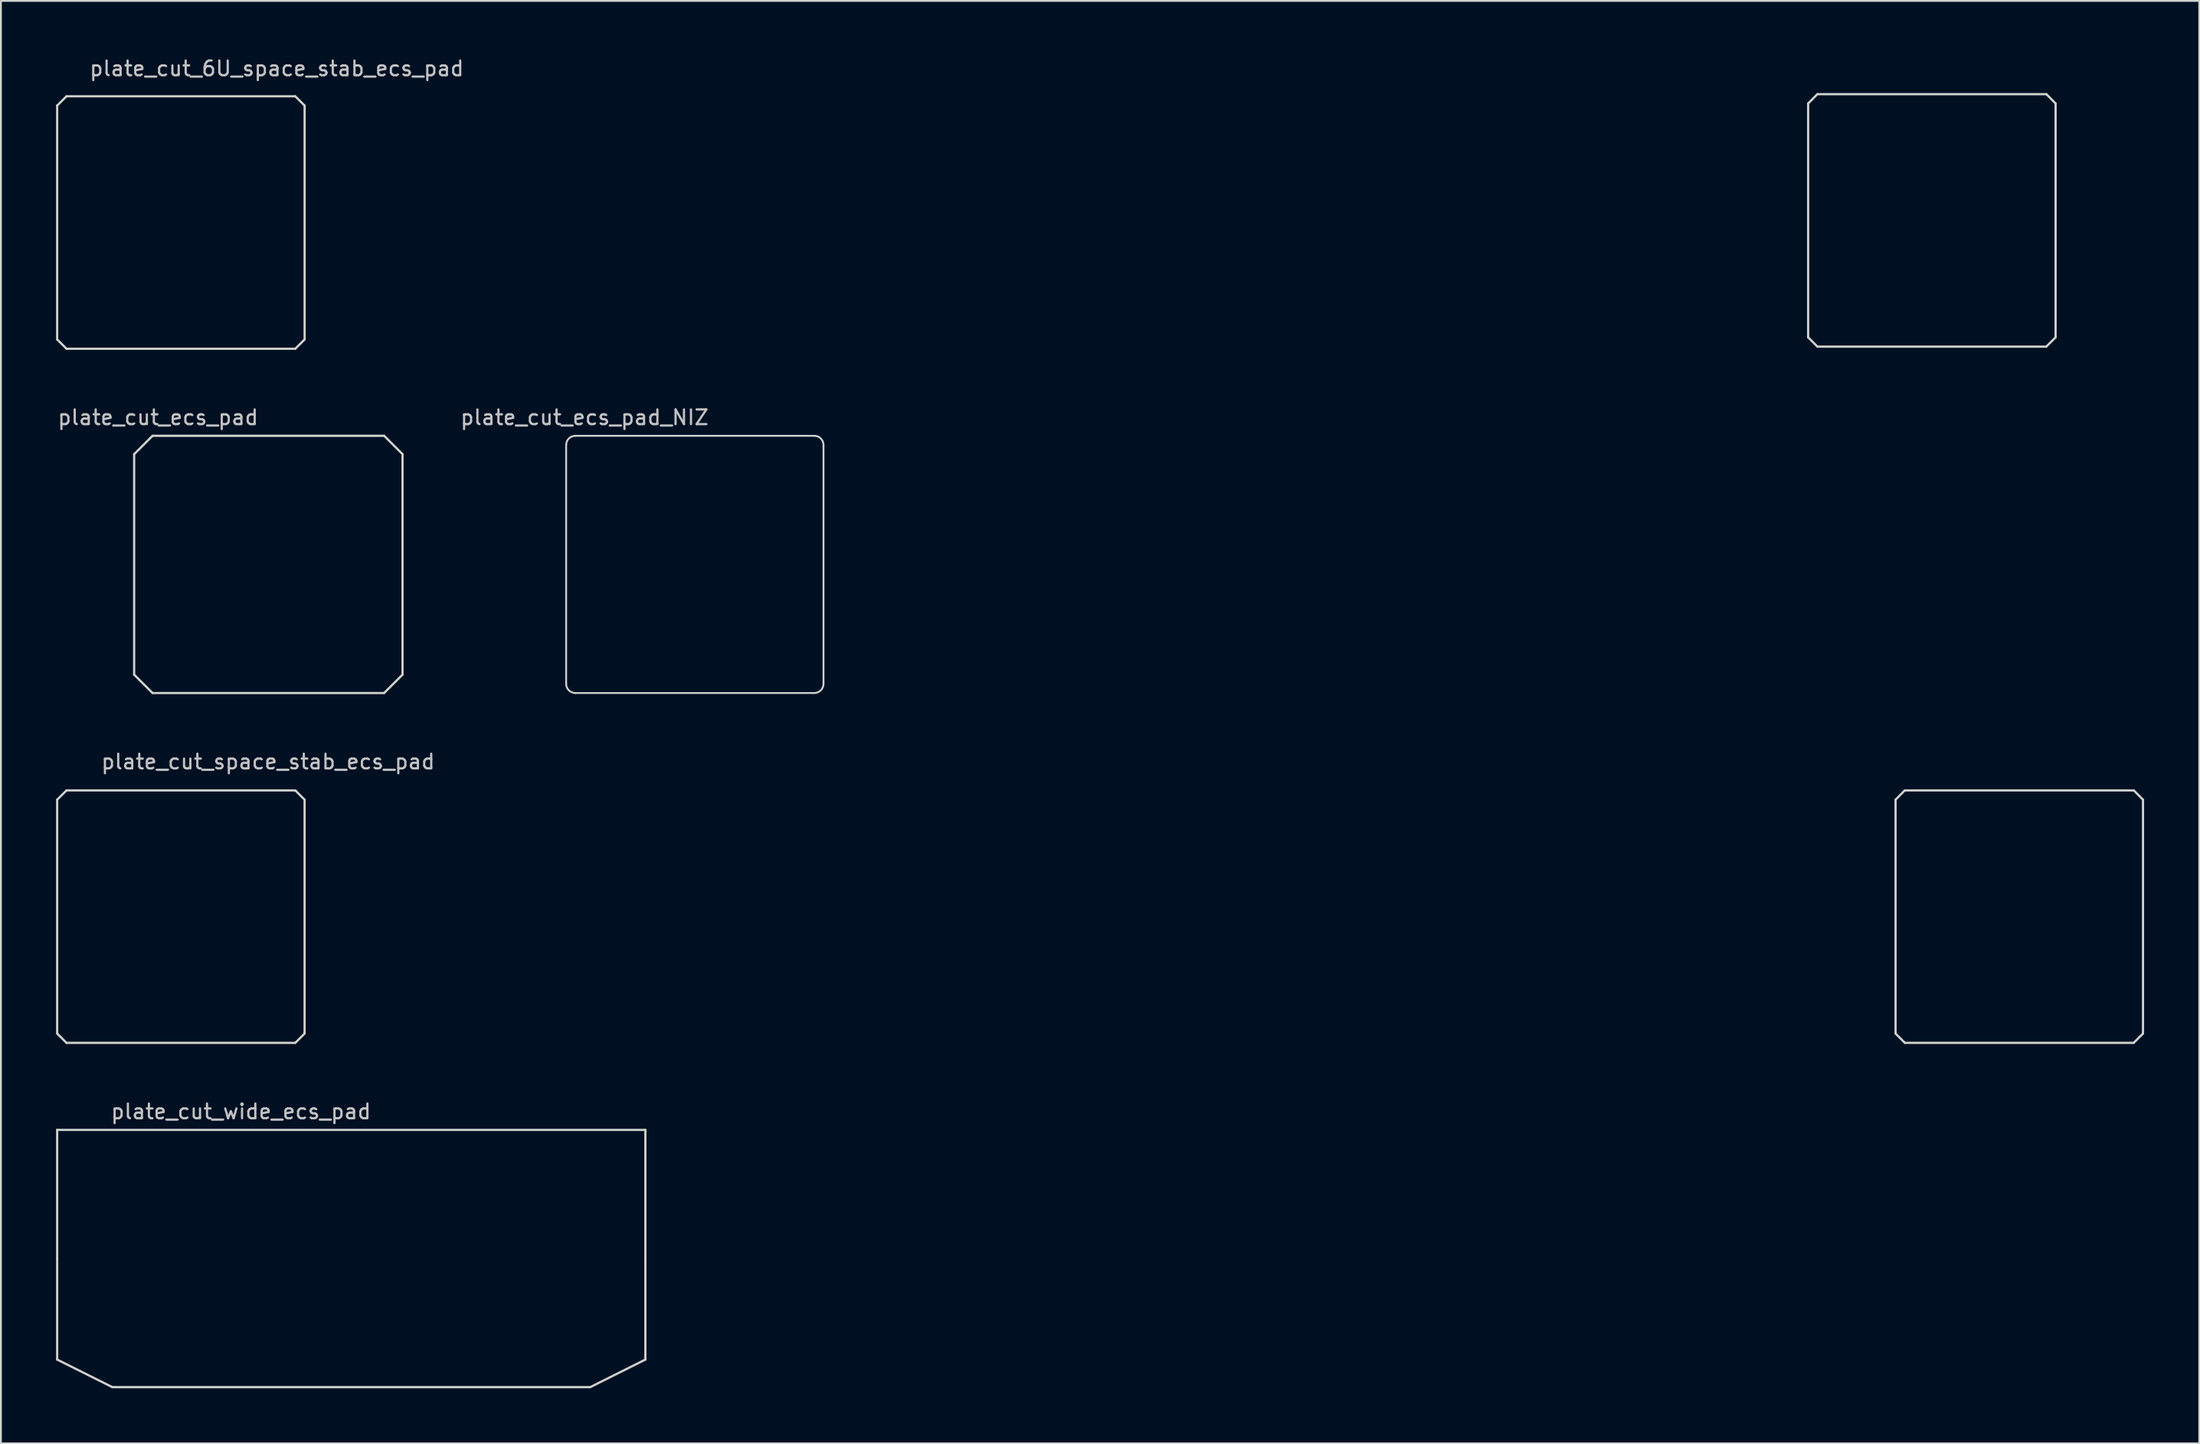
<source format=kicad_pcb>
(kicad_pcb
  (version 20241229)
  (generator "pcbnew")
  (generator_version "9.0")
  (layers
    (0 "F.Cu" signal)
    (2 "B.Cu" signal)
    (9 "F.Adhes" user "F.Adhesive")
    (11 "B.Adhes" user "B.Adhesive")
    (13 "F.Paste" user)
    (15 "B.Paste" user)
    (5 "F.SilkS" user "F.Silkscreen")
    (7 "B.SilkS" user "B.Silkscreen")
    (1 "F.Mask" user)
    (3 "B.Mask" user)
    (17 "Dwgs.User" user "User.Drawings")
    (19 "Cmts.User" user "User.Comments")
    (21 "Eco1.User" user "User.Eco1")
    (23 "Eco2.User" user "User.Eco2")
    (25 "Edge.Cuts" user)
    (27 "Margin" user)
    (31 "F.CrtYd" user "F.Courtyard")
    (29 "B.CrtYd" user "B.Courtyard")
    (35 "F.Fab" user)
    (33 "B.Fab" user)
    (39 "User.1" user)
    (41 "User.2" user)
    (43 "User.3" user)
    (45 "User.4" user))
  (footprint "plate_cut_space_stab_ecs_pad"
    (layer "F.Cu")
    (at 56.797 46.841)
    (property "Reference" "plate_cut_space_stab_ecs_pad" (at -45.263 -8.433 0) (layer "Dwgs.User") (effects (font (size 0.8 0.8) (thickness 0.12))))
    (attr smd)
    (fp_line (start -56.737 -6.364) (end -56.737 6.364) (stroke (width 0.12) (type solid)) (layer "Edge.Cuts"))
    (fp_line (start -56.737 6.364) (end -56.23 6.87) (stroke (width 0.12) (type solid)) (layer "Edge.Cuts"))
    (fp_line (start -56.23 -6.87) (end -56.737 -6.364) (stroke (width 0.12) (type solid)) (layer "Edge.Cuts"))
    (fp_line (start -56.23 6.87) (end -43.782 6.87) (stroke (width 0.12) (type solid)) (layer "Edge.Cuts"))
    (fp_line (start -43.782 -6.87) (end -56.23 -6.87) (stroke (width 0.12) (type solid)) (layer "Edge.Cuts"))
    (fp_line (start -43.782 6.87) (end -43.276 6.364) (stroke (width 0.12) (type solid)) (layer "Edge.Cuts"))
    (fp_line (start -43.276 -6.364) (end -43.782 -6.87) (stroke (width 0.12) (type solid)) (layer "Edge.Cuts"))
    (fp_line (start -43.276 6.364) (end -43.276 -6.364) (stroke (width 0.12) (type solid)) (layer "Edge.Cuts"))
    (fp_line (start 43.276 -6.364) (end 43.276 6.364) (stroke (width 0.12) (type solid)) (layer "Edge.Cuts"))
    (fp_line (start 43.276 -6.364) (end 43.776 -6.87) (stroke (width 0.12) (type solid)) (layer "Edge.Cuts"))
    (fp_line (start 43.276 6.364) (end 43.782 6.87) (stroke (width 0.12) (type solid)) (layer "Edge.Cuts"))
    (fp_line (start 43.776 -6.87) (end 56.237 -6.87) (stroke (width 0.12) (type solid)) (layer "Edge.Cuts"))
    (fp_line (start 43.782 6.87) (end 56.23 6.87) (stroke (width 0.12) (type solid)) (layer "Edge.Cuts"))
    (fp_line (start 56.23 6.87) (end 56.737 6.364) (stroke (width 0.12) (type solid)) (layer "Edge.Cuts"))
    (fp_line (start 56.237 -6.87) (end 56.737 -6.364) (stroke (width 0.12) (type solid)) (layer "Edge.Cuts"))
    (fp_line (start 56.737 6.364) (end 56.737 -6.364) (stroke (width 0.12) (type solid)) (layer "Edge.Cuts")))
  (footprint "plate_cut_ecs_pad"
    (layer "F.Cu")
    (at 11.548 27.67)
    (property "Reference" "plate_cut_ecs_pad" (at -6 -8 0) (layer "Dwgs.User") (effects (font (size 0.8 0.8) (thickness 0.12))))
    (attr smd)
    (fp_line (start -7.3 -6) (end -7.3 6) (stroke (width 0.12) (type solid)) (layer "Edge.Cuts"))
    (fp_line (start -7.3 6) (end -6.3 7) (stroke (width 0.12) (type solid)) (layer "Edge.Cuts"))
    (fp_line (start -6.3 -7) (end -7.3 -6) (stroke (width 0.12) (type solid)) (layer "Edge.Cuts"))
    (fp_line (start -6.3 7) (end 6.3 7) (stroke (width 0.12) (type solid)) (layer "Edge.Cuts"))
    (fp_line (start 6.3 -7) (end -6.3 -7) (stroke (width 0.12) (type solid)) (layer "Edge.Cuts"))
    (fp_line (start 6.3 -7) (end 7.3 -6) (stroke (width 0.12) (type solid)) (layer "Edge.Cuts"))
    (fp_line (start 6.3 7) (end 7.3 6) (stroke (width 0.12) (type solid)) (layer "Edge.Cuts"))
    (fp_line (start 7.3 6) (end 7.3 -6) (stroke (width 0.12) (type solid)) (layer "Edge.Cuts")))
  (footprint "plate_cut_ecs_pad_NIZ"
    (layer "F.Cu")
    (at 34.75 27.67)
    (property "Reference" "plate_cut_ecs_pad_NIZ" (at -6 -8 0) (layer "Dwgs.User") (effects (font (size 0.8 0.8) (thickness 0.12))))
    (attr smd)
    (fp_line (start -7 -6.5) (end -7 6.5) (stroke (width 0.1) (type solid)) (layer "Edge.Cuts"))
    (fp_line (start -6.5 -7) (end 6.5 -7) (stroke (width 0.1) (type solid)) (layer "Edge.Cuts"))
    (fp_line (start -6.5 7) (end 6.5 7) (stroke (width 0.1) (type solid)) (layer "Edge.Cuts"))
    (fp_line (start 7 -6.5) (end 7 6.5) (stroke (width 0.1) (type solid)) (layer "Edge.Cuts"))
    (fp_arc (start -7 -6.5) (mid -6.853553 -6.853553) (end -6.5 -7) (stroke (width 0.1) (type solid)) (layer "Edge.Cuts"))
    (fp_arc (start -6.5 7) (mid -6.853526 6.853525) (end -7 6.5) (stroke (width 0.1) (type solid)) (layer "Edge.Cuts"))
    (fp_arc (start 6.5 -7) (mid 6.853523 -6.853519) (end 7 -6.5) (stroke (width 0.1) (type solid)) (layer "Edge.Cuts"))
    (fp_arc (start 7 6.5) (mid 6.853552 6.853551) (end 6.5 7) (stroke (width 0.1) (type solid)) (layer "Edge.Cuts")))
  (footprint "plate_cut_wide_ecs_pad"
    (layer "F.Cu")
    (at 16.06 65.45)
    (property "Reference" "plate_cut_wide_ecs_pad" (at -6 -8 0) (layer "Dwgs.User") (effects (font (size 0.8 0.8) (thickness 0.12))))
    (attr smd)
    (fp_line (start -16 -7) (end 16 -7) (stroke (width 0.12) (type solid)) (layer "Edge.Cuts"))
    (fp_line (start -16 0) (end -16 -7) (stroke (width 0.12) (type solid)) (layer "Edge.Cuts"))
    (fp_line (start -16 0) (end -16 5.5) (stroke (width 0.12) (type solid)) (layer "Edge.Cuts"))
    (fp_line (start -16 5.5) (end -13 7) (stroke (width 0.12) (type solid)) (layer "Edge.Cuts"))
    (fp_line (start 13 7) (end -13 7) (stroke (width 0.12) (type solid)) (layer "Edge.Cuts"))
    (fp_line (start 16 -7) (end 16 0) (stroke (width 0.12) (type solid)) (layer "Edge.Cuts"))
    (fp_line (start 16 0) (end 16 5.5) (stroke (width 0.12) (type solid)) (layer "Edge.Cuts"))
    (fp_line (start 16 5.5) (end 13 7) (stroke (width 0.12) (type solid)) (layer "Edge.Cuts")))
  (footprint "plate_cut_6U_space_stab_ecs_pad"
    (layer "F.Cu")
    (at 54.423 9.061)
    (property "Reference" "plate_cut_6U_space_stab_ecs_pad" (at -42.418 -8.382 0) (layer "Dwgs.User") (effects (font (size 0.8 0.8) (thickness 0.12))))
    (attr smd)
    (fp_line (start -54.363 -6.364) (end -54.363 6.364) (stroke (width 0.12) (type solid)) (layer "Edge.Cuts"))
    (fp_line (start -54.363 6.364) (end -53.856 6.87) (stroke (width 0.12) (type solid)) (layer "Edge.Cuts"))
    (fp_line (start -53.856 -6.87) (end -54.363 -6.364) (stroke (width 0.12) (type solid)) (layer "Edge.Cuts"))
    (fp_line (start -53.856 6.87) (end -41.408 6.87) (stroke (width 0.12) (type solid)) (layer "Edge.Cuts"))
    (fp_line (start -41.408 -6.87) (end -53.856 -6.87) (stroke (width 0.12) (type solid)) (layer "Edge.Cuts"))
    (fp_line (start -41.408 6.87) (end -40.901 6.364) (stroke (width 0.12) (type solid)) (layer "Edge.Cuts"))
    (fp_line (start -40.901 -6.364) (end -41.408 -6.87) (stroke (width 0.12) (type solid)) (layer "Edge.Cuts"))
    (fp_line (start -40.901 6.364) (end -40.901 -6.364) (stroke (width 0.12) (type solid)) (layer "Edge.Cuts"))
    (fp_line (start 40.894 -6.478) (end 40.894 6.249) (stroke (width 0.12) (type solid)) (layer "Edge.Cuts"))
    (fp_line (start 40.894 -6.478) (end 41.394 -6.985) (stroke (width 0.12) (type solid)) (layer "Edge.Cuts"))
    (fp_line (start 40.894 6.249) (end 41.401 6.756) (stroke (width 0.12) (type solid)) (layer "Edge.Cuts"))
    (fp_line (start 41.394 -6.985) (end 53.856 -6.985) (stroke (width 0.12) (type solid)) (layer "Edge.Cuts"))
    (fp_line (start 41.401 6.756) (end 53.849 6.756) (stroke (width 0.12) (type solid)) (layer "Edge.Cuts"))
    (fp_line (start 53.849 6.756) (end 54.356 6.249) (stroke (width 0.12) (type solid)) (layer "Edge.Cuts"))
    (fp_line (start 53.856 -6.985) (end 54.356 -6.478) (stroke (width 0.12) (type solid)) (layer "Edge.Cuts"))
    (fp_line (start 54.356 6.249) (end 54.356 -6.478) (stroke (width 0.12) (type solid)) (layer "Edge.Cuts")))
  (gr_rect
    (start -3 -3)
    (end 116.595 75.51)
    (stroke (width 0.1) (type default))
    (fill no)
    (layer "Edge.Cuts")))
</source>
